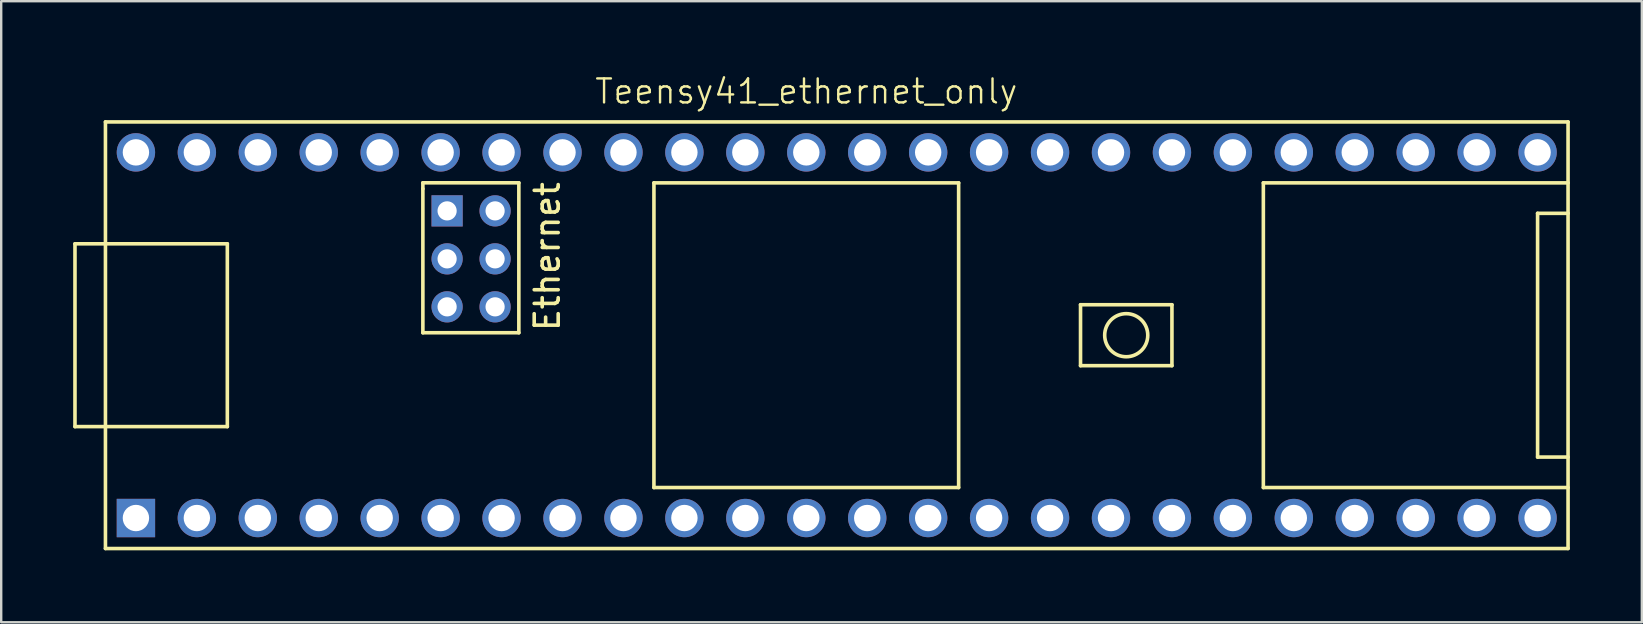
<source format=kicad_pcb>
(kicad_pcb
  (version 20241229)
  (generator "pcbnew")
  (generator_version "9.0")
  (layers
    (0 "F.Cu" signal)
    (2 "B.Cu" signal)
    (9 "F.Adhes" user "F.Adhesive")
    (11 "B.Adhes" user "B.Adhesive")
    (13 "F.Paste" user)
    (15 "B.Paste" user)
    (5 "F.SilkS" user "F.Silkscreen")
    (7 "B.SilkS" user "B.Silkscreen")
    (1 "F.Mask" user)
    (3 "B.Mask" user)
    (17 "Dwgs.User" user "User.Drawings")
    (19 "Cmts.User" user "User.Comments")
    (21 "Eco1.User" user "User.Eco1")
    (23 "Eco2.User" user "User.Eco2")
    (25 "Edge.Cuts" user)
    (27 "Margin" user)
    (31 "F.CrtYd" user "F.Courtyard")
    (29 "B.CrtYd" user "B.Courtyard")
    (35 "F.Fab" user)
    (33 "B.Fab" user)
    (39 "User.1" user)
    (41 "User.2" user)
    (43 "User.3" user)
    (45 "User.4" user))
  (footprint "Teensy41_ethernet_only"
    (layer "F.Cu")
    (at 30.555 10.286)
    (property "Reference" "Teensy41_ethernet_only" (at 0 -9.525 0) (unlocked yes) (layer "F.SilkS") (effects (font (size 1 1) (thickness 0.1))))
    (attr through_hole)
    (fp_line (start -30.48 -3.175) (end -29.21 -3.175) (stroke (width 0.15) (type solid)) (layer "F.SilkS"))
    (fp_line (start -30.48 4.445) (end -30.48 -3.175) (stroke (width 0.15) (type solid)) (layer "F.SilkS"))
    (fp_line (start -29.21 -8.255) (end 31.75 -8.255) (stroke (width 0.15) (type solid)) (layer "F.SilkS"))
    (fp_line (start -29.21 4.445) (end -30.48 4.445) (stroke (width 0.15) (type solid)) (layer "F.SilkS"))
    (fp_line (start -29.21 9.525) (end -29.21 -8.255) (stroke (width 0.15) (type solid)) (layer "F.SilkS"))
    (fp_line (start -24.13 -3.175) (end -29.21 -3.175) (stroke (width 0.15) (type solid)) (layer "F.SilkS"))
    (fp_line (start -24.13 4.445) (end -29.21 4.445) (stroke (width 0.15) (type solid)) (layer "F.SilkS"))
    (fp_line (start -24.13 4.445) (end -24.13 -3.175) (stroke (width 0.15) (type solid)) (layer "F.SilkS"))
    (fp_line (start -15.98 -5.717) (end -15.98 -5.467) (stroke (width 0.15) (type solid)) (layer "F.SilkS"))
    (fp_line (start -15.98 -5.467) (end -15.98 0.533) (stroke (width 0.15) (type solid)) (layer "F.SilkS"))
    (fp_line (start -15.98 0.533) (end -11.98 0.533) (stroke (width 0.15) (type solid)) (layer "F.SilkS"))
    (fp_line (start -11.98 -5.717) (end -15.98 -5.717) (stroke (width 0.15) (type solid)) (layer "F.SilkS"))
    (fp_line (start -11.98 0.533) (end -11.98 -5.717) (stroke (width 0.15) (type solid)) (layer "F.SilkS"))
    (fp_line (start -6.35 -5.715) (end -6.35 6.985) (stroke (width 0.15) (type solid)) (layer "F.SilkS"))
    (fp_line (start -6.35 6.985) (end 6.35 6.985) (stroke (width 0.15) (type solid)) (layer "F.SilkS"))
    (fp_line (start 6.35 -5.715) (end -6.35 -5.715) (stroke (width 0.15) (type solid)) (layer "F.SilkS"))
    (fp_line (start 6.35 6.985) (end 6.35 -5.715) (stroke (width 0.15) (type solid)) (layer "F.SilkS"))
    (fp_line (start 11.43 -0.635) (end 15.24 -0.635) (stroke (width 0.15) (type solid)) (layer "F.SilkS"))
    (fp_line (start 11.43 1.905) (end 11.43 -0.635) (stroke (width 0.15) (type solid)) (layer "F.SilkS"))
    (fp_line (start 15.24 -0.635) (end 15.24 1.905) (stroke (width 0.15) (type solid)) (layer "F.SilkS"))
    (fp_line (start 15.24 1.905) (end 11.43 1.905) (stroke (width 0.15) (type solid)) (layer "F.SilkS"))
    (fp_line (start 19.05 -5.715) (end 19.05 6.985) (stroke (width 0.15) (type solid)) (layer "F.SilkS"))
    (fp_line (start 19.05 6.985) (end 31.75 6.985) (stroke (width 0.15) (type solid)) (layer "F.SilkS"))
    (fp_line (start 30.48 -4.445) (end 30.48 5.715) (stroke (width 0.15) (type solid)) (layer "F.SilkS"))
    (fp_line (start 30.48 5.715) (end 31.75 5.715) (stroke (width 0.15) (type solid)) (layer "F.SilkS"))
    (fp_line (start 31.75 -8.255) (end 31.75 9.525) (stroke (width 0.15) (type solid)) (layer "F.SilkS"))
    (fp_line (start 31.75 -5.715) (end 19.05 -5.715) (stroke (width 0.15) (type solid)) (layer "F.SilkS"))
    (fp_line (start 31.75 -4.445) (end 30.48 -4.445) (stroke (width 0.15) (type solid)) (layer "F.SilkS"))
    (fp_line (start 31.75 9.525) (end -29.21 9.525) (stroke (width 0.15) (type solid)) (layer "F.SilkS"))
    (fp_circle (center 13.335 0.635) (end 13.97 0) (stroke (width 0.15) (type solid)) (fill no) (layer "F.SilkS"))
    (fp_text user "Ethernet" (at -10.795 -2.642 90) (layer "F.SilkS") (effects (font (size 1 1) (thickness 0.15))))
    (pad "1" thru_hole rect (at -27.94 8.255) (size 1.6 1.6) (drill 1.1) (layers "*.Cu" "*.Mask"))
    (pad "2" thru_hole circle (at -25.4 8.255) (size 1.6 1.6) (drill 1.1) (layers "*.Cu" "*.Mask"))
    (pad "3" thru_hole circle (at -22.86 8.255) (size 1.6 1.6) (drill 1.1) (layers "*.Cu" "*.Mask"))
    (pad "4" thru_hole circle (at -20.32 8.255) (size 1.6 1.6) (drill 1.1) (layers "*.Cu" "*.Mask"))
    (pad "5" thru_hole circle (at -17.78 8.255) (size 1.6 1.6) (drill 1.1) (layers "*.Cu" "*.Mask"))
    (pad "6" thru_hole circle (at -15.24 8.255) (size 1.6 1.6) (drill 1.1) (layers "*.Cu" "*.Mask"))
    (pad "7" thru_hole circle (at -12.7 8.255) (size 1.6 1.6) (drill 1.1) (layers "*.Cu" "*.Mask"))
    (pad "8" thru_hole circle (at -10.16 8.255) (size 1.6 1.6) (drill 1.1) (layers "*.Cu" "*.Mask"))
    (pad "9" thru_hole circle (at -7.62 8.255) (size 1.6 1.6) (drill 1.1) (layers "*.Cu" "*.Mask"))
    (pad "10" thru_hole circle (at -5.08 8.255) (size 1.6 1.6) (drill 1.1) (layers "*.Cu" "*.Mask"))
    (pad "11" thru_hole circle (at -2.54 8.255) (size 1.6 1.6) (drill 1.1) (layers "*.Cu" "*.Mask"))
    (pad "12" thru_hole circle (at 0 8.255) (size 1.6 1.6) (drill 1.1) (layers "*.Cu" "*.Mask"))
    (pad "13" thru_hole circle (at 2.54 8.255) (size 1.6 1.6) (drill 1.1) (layers "*.Cu" "*.Mask"))
    (pad "14" thru_hole circle (at 5.08 8.255) (size 1.6 1.6) (drill 1.1) (layers "*.Cu" "*.Mask"))
    (pad "15" thru_hole circle (at 7.62 8.255) (size 1.6 1.6) (drill 1.1) (layers "*.Cu" "*.Mask"))
    (pad "16" thru_hole circle (at 10.16 8.255) (size 1.6 1.6) (drill 1.1) (layers "*.Cu" "*.Mask"))
    (pad "17" thru_hole circle (at 12.7 8.255) (size 1.6 1.6) (drill 1.1) (layers "*.Cu" "*.Mask"))
    (pad "18" thru_hole circle (at 15.24 8.255) (size 1.6 1.6) (drill 1.1) (layers "*.Cu" "*.Mask"))
    (pad "19" thru_hole circle (at 17.78 8.255) (size 1.6 1.6) (drill 1.1) (layers "*.Cu" "*.Mask"))
    (pad "20" thru_hole circle (at 20.32 8.255) (size 1.6 1.6) (drill 1.1) (layers "*.Cu" "*.Mask"))
    (pad "21" thru_hole circle (at 22.86 8.255) (size 1.6 1.6) (drill 1.1) (layers "*.Cu" "*.Mask"))
    (pad "22" thru_hole circle (at 25.4 8.255) (size 1.6 1.6) (drill 1.1) (layers "*.Cu" "*.Mask"))
    (pad "23" thru_hole circle (at 27.94 8.255) (size 1.6 1.6) (drill 1.1) (layers "*.Cu" "*.Mask"))
    (pad "24" thru_hole circle (at 30.48 8.255) (size 1.6 1.6) (drill 1.1) (layers "*.Cu" "*.Mask"))
    (pad "25" thru_hole circle (at 30.48 -6.985) (size 1.6 1.6) (drill 1.1) (layers "*.Cu" "*.Mask"))
    (pad "26" thru_hole circle (at 27.94 -6.985) (size 1.6 1.6) (drill 1.1) (layers "*.Cu" "*.Mask"))
    (pad "27" thru_hole circle (at 25.4 -6.985) (size 1.6 1.6) (drill 1.1) (layers "*.Cu" "*.Mask"))
    (pad "28" thru_hole circle (at 22.86 -6.985) (size 1.6 1.6) (drill 1.1) (layers "*.Cu" "*.Mask"))
    (pad "29" thru_hole circle (at 20.32 -6.985) (size 1.6 1.6) (drill 1.1) (layers "*.Cu" "*.Mask"))
    (pad "30" thru_hole circle (at 17.78 -6.985) (size 1.6 1.6) (drill 1.1) (layers "*.Cu" "*.Mask"))
    (pad "31" thru_hole circle (at 15.24 -6.985) (size 1.6 1.6) (drill 1.1) (layers "*.Cu" "*.Mask"))
    (pad "32" thru_hole circle (at 12.7 -6.985) (size 1.6 1.6) (drill 1.1) (layers "*.Cu" "*.Mask"))
    (pad "33" thru_hole circle (at 10.16 -6.985) (size 1.6 1.6) (drill 1.1) (layers "*.Cu" "*.Mask"))
    (pad "34" thru_hole circle (at 7.62 -6.985) (size 1.6 1.6) (drill 1.1) (layers "*.Cu" "*.Mask"))
    (pad "35" thru_hole circle (at 5.08 -6.985) (size 1.6 1.6) (drill 1.1) (layers "*.Cu" "*.Mask"))
    (pad "36" thru_hole circle (at 2.54 -6.985) (size 1.6 1.6) (drill 1.1) (layers "*.Cu" "*.Mask"))
    (pad "37" thru_hole circle (at 0 -6.985) (size 1.6 1.6) (drill 1.1) (layers "*.Cu" "*.Mask"))
    (pad "38" thru_hole circle (at -2.54 -6.985) (size 1.6 1.6) (drill 1.1) (layers "*.Cu" "*.Mask"))
    (pad "39" thru_hole circle (at -5.08 -6.985) (size 1.6 1.6) (drill 1.1) (layers "*.Cu" "*.Mask"))
    (pad "40" thru_hole circle (at -7.62 -6.985) (size 1.6 1.6) (drill 1.1) (layers "*.Cu" "*.Mask"))
    (pad "41" thru_hole circle (at -10.16 -6.985) (size 1.6 1.6) (drill 1.1) (layers "*.Cu" "*.Mask"))
    (pad "42" thru_hole circle (at -12.7 -6.985) (size 1.6 1.6) (drill 1.1) (layers "*.Cu" "*.Mask"))
    (pad "43" thru_hole circle (at -15.24 -6.985) (size 1.6 1.6) (drill 1.1) (layers "*.Cu" "*.Mask"))
    (pad "44" thru_hole circle (at -17.78 -6.985) (size 1.6 1.6) (drill 1.1) (layers "*.Cu" "*.Mask"))
    (pad "45" thru_hole circle (at -20.32 -6.985) (size 1.6 1.6) (drill 1.1) (layers "*.Cu" "*.Mask"))
    (pad "46" thru_hole circle (at -22.86 -6.985) (size 1.6 1.6) (drill 1.1) (layers "*.Cu" "*.Mask"))
    (pad "47" thru_hole circle (at -25.4 -6.985) (size 1.6 1.6) (drill 1.1) (layers "*.Cu" "*.Mask"))
    (pad "48" thru_hole circle (at -27.94 -6.985) (size 1.6 1.6) (drill 1.1) (layers "*.Cu" "*.Mask"))
    (pad "60" thru_hole rect (at -14.97 -4.547) (size 1.3 1.3) (drill 0.8) (layers "*.Cu" "*.Mask"))
    (pad "61" thru_hole circle (at -14.97 -2.547) (size 1.3 1.3) (drill 0.8) (layers "*.Cu" "*.Mask"))
    (pad "62" thru_hole circle (at -14.97 -0.547) (size 1.3 1.3) (drill 0.8) (layers "*.Cu" "*.Mask"))
    (pad "63" thru_hole circle (at -12.97 -0.547) (size 1.3 1.3) (drill 0.8) (layers "*.Cu" "*.Mask"))
    (pad "64" thru_hole circle (at -12.97 -2.547) (size 1.3 1.3) (drill 0.8) (layers "*.Cu" "*.Mask"))
    (pad "65" thru_hole circle (at -12.97 -4.547) (size 1.3 1.3) (drill 0.8) (layers "*.Cu" "*.Mask")))
  (gr_rect
    (start -3 -3)
    (end 65.38 22.886)
    (stroke (width 0.1) (type default))
    (fill no)
    (layer "Edge.Cuts")))
</source>
